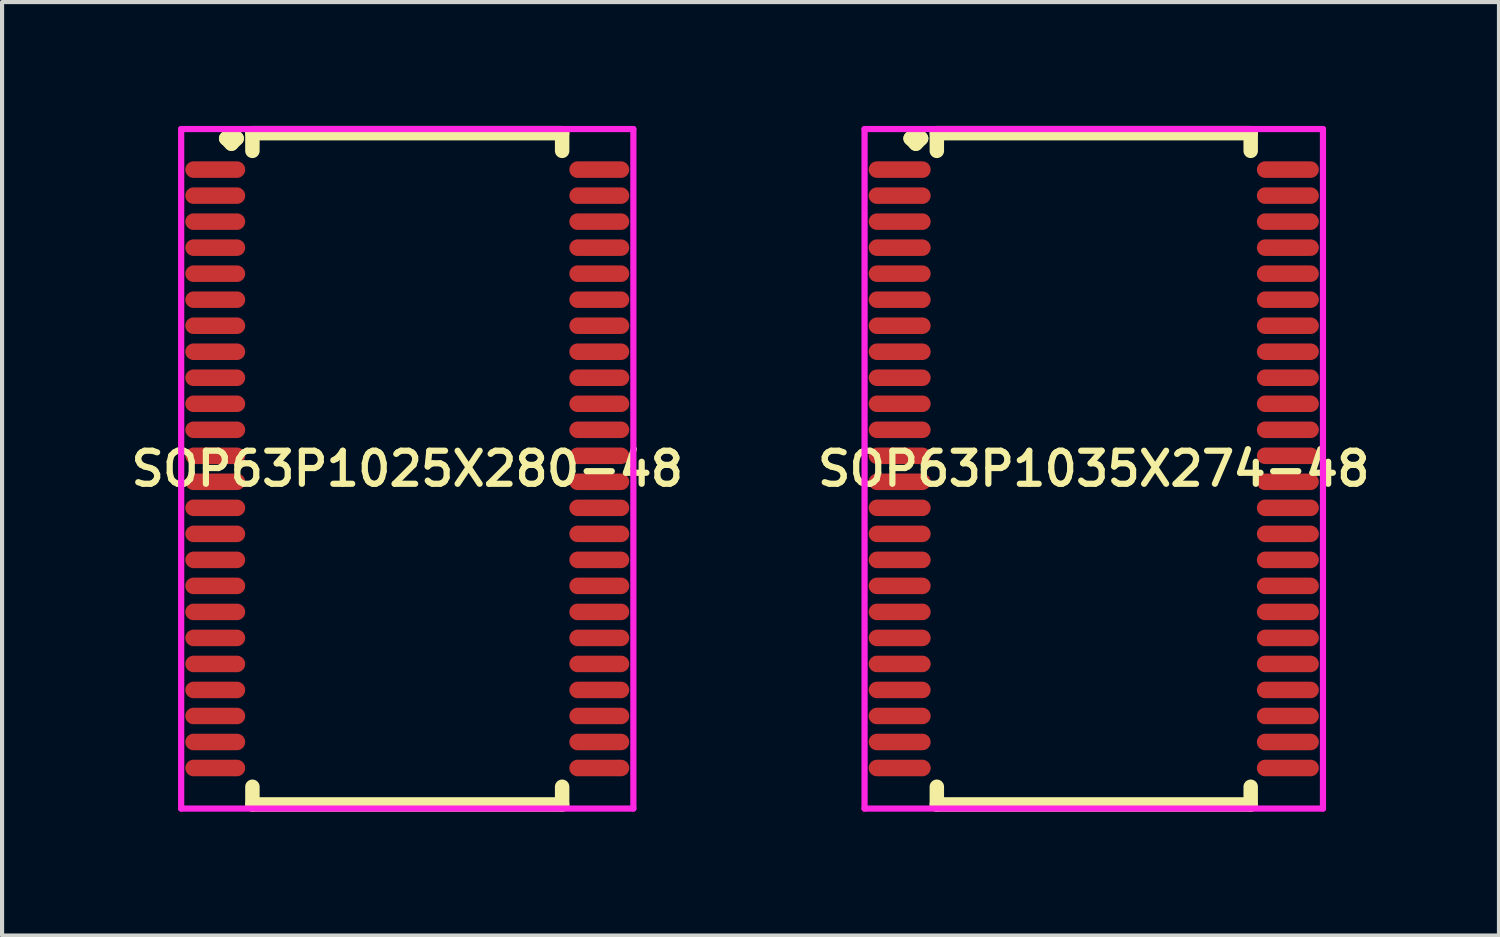
<source format=kicad_pcb>
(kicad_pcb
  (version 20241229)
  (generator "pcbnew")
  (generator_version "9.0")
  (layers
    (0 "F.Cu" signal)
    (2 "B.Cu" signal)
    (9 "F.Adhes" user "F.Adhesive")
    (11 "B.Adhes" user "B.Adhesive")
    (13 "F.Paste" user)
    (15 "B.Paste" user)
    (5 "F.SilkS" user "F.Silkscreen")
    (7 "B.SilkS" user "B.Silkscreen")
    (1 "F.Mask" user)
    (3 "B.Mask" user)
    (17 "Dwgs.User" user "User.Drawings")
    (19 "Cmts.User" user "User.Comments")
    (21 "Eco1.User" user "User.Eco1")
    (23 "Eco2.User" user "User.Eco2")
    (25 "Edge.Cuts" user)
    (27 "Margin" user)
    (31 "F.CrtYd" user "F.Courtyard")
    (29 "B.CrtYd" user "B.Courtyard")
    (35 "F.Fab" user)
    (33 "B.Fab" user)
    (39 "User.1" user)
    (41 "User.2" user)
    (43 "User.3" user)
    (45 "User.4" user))
  (footprint "SOP63P1035X274-48"
    (layer "F.Cu")
    (at 23.435 8.302)
    (property "Reference" "SOP63P1035X274-48" (at 0 0 0) (layer "F.SilkS") (effects (font (size 0.8 0.8) (thickness 0.15))))
    (attr smd)
    (fp_line (start -4.435 -8) (end -4.308 -8.127) (stroke (width 0.35) (type solid)) (layer "F.SilkS"))
    (fp_line (start -4.308 -8.127) (end -4.181 -8) (stroke (width 0.35) (type solid)) (layer "F.SilkS"))
    (fp_line (start -4.308 -7.873) (end -4.435 -8) (stroke (width 0.35) (type solid)) (layer "F.SilkS"))
    (fp_line (start -4.181 -8) (end -4.308 -7.873) (stroke (width 0.35) (type solid)) (layer "F.SilkS"))
    (fp_line (start -3.8 -8.127) (end 3.8 -8.127) (stroke (width 0.35) (type solid)) (layer "F.SilkS"))
    (fp_line (start -3.8 -7.699) (end -3.8 -8.127) (stroke (width 0.35) (type solid)) (layer "F.SilkS"))
    (fp_line (start -3.8 7.699) (end -3.8 8.127) (stroke (width 0.35) (type solid)) (layer "F.SilkS"))
    (fp_line (start -3.8 8.127) (end 3.8 8.127) (stroke (width 0.35) (type solid)) (layer "F.SilkS"))
    (fp_line (start 3.8 -8.127) (end 3.8 -7.699) (stroke (width 0.35) (type solid)) (layer "F.SilkS"))
    (fp_line (start 3.8 8.127) (end 3.8 7.699) (stroke (width 0.35) (type solid)) (layer "F.SilkS"))
    (fp_line (start -5.55 -8.227) (end 5.55 -8.227) (stroke (width 0.15) (type solid)) (layer "F.CrtYd"))
    (fp_line (start -5.55 8.227) (end -5.55 -8.227) (stroke (width 0.15) (type solid)) (layer "F.CrtYd"))
    (fp_line (start 5.55 -8.227) (end 5.55 8.227) (stroke (width 0.15) (type solid)) (layer "F.CrtYd"))
    (fp_line (start 5.55 8.227) (end -5.55 8.227) (stroke (width 0.15) (type solid)) (layer "F.CrtYd"))
    (pad "1" smd oval (at -4.7 -7.245) (size 1.5 0.4) (layers "F.Cu" "F.Mask" "F.Paste"))
    (pad "2" smd oval (at -4.7 -6.615) (size 1.5 0.4) (layers "F.Cu" "F.Mask" "F.Paste"))
    (pad "3" smd oval (at -4.7 -5.985) (size 1.5 0.4) (layers "F.Cu" "F.Mask" "F.Paste"))
    (pad "4" smd oval (at -4.7 -5.355) (size 1.5 0.4) (layers "F.Cu" "F.Mask" "F.Paste"))
    (pad "5" smd oval (at -4.7 -4.725) (size 1.5 0.4) (layers "F.Cu" "F.Mask" "F.Paste"))
    (pad "6" smd oval (at -4.7 -4.095) (size 1.5 0.4) (layers "F.Cu" "F.Mask" "F.Paste"))
    (pad "7" smd oval (at -4.7 -3.465) (size 1.5 0.4) (layers "F.Cu" "F.Mask" "F.Paste"))
    (pad "8" smd oval (at -4.7 -2.835) (size 1.5 0.4) (layers "F.Cu" "F.Mask" "F.Paste"))
    (pad "9" smd oval (at -4.7 -2.205) (size 1.5 0.4) (layers "F.Cu" "F.Mask" "F.Paste"))
    (pad "10" smd oval (at -4.7 -1.575) (size 1.5 0.4) (layers "F.Cu" "F.Mask" "F.Paste"))
    (pad "11" smd oval (at -4.7 -0.945) (size 1.5 0.4) (layers "F.Cu" "F.Mask" "F.Paste"))
    (pad "12" smd oval (at -4.7 -0.315) (size 1.5 0.4) (layers "F.Cu" "F.Mask" "F.Paste"))
    (pad "13" smd oval (at -4.7 0.315) (size 1.5 0.4) (layers "F.Cu" "F.Mask" "F.Paste"))
    (pad "14" smd oval (at -4.7 0.945) (size 1.5 0.4) (layers "F.Cu" "F.Mask" "F.Paste"))
    (pad "15" smd oval (at -4.7 1.575) (size 1.5 0.4) (layers "F.Cu" "F.Mask" "F.Paste"))
    (pad "16" smd oval (at -4.7 2.205) (size 1.5 0.4) (layers "F.Cu" "F.Mask" "F.Paste"))
    (pad "17" smd oval (at -4.7 2.835) (size 1.5 0.4) (layers "F.Cu" "F.Mask" "F.Paste"))
    (pad "18" smd oval (at -4.7 3.465) (size 1.5 0.4) (layers "F.Cu" "F.Mask" "F.Paste"))
    (pad "19" smd oval (at -4.7 4.095) (size 1.5 0.4) (layers "F.Cu" "F.Mask" "F.Paste"))
    (pad "20" smd oval (at -4.7 4.725) (size 1.5 0.4) (layers "F.Cu" "F.Mask" "F.Paste"))
    (pad "21" smd oval (at -4.7 5.355) (size 1.5 0.4) (layers "F.Cu" "F.Mask" "F.Paste"))
    (pad "22" smd oval (at -4.7 5.985) (size 1.5 0.4) (layers "F.Cu" "F.Mask" "F.Paste"))
    (pad "23" smd oval (at -4.7 6.615) (size 1.5 0.4) (layers "F.Cu" "F.Mask" "F.Paste"))
    (pad "24" smd oval (at -4.7 7.245) (size 1.5 0.4) (layers "F.Cu" "F.Mask" "F.Paste"))
    (pad "25" smd oval (at 4.7 7.245) (size 1.5 0.4) (layers "F.Cu" "F.Mask" "F.Paste"))
    (pad "26" smd oval (at 4.7 6.615) (size 1.5 0.4) (layers "F.Cu" "F.Mask" "F.Paste"))
    (pad "27" smd oval (at 4.7 5.985) (size 1.5 0.4) (layers "F.Cu" "F.Mask" "F.Paste"))
    (pad "28" smd oval (at 4.7 5.355) (size 1.5 0.4) (layers "F.Cu" "F.Mask" "F.Paste"))
    (pad "29" smd oval (at 4.7 4.725) (size 1.5 0.4) (layers "F.Cu" "F.Mask" "F.Paste"))
    (pad "30" smd oval (at 4.7 4.095) (size 1.5 0.4) (layers "F.Cu" "F.Mask" "F.Paste"))
    (pad "31" smd oval (at 4.7 3.465) (size 1.5 0.4) (layers "F.Cu" "F.Mask" "F.Paste"))
    (pad "32" smd oval (at 4.7 2.835) (size 1.5 0.4) (layers "F.Cu" "F.Mask" "F.Paste"))
    (pad "33" smd oval (at 4.7 2.205) (size 1.5 0.4) (layers "F.Cu" "F.Mask" "F.Paste"))
    (pad "34" smd oval (at 4.7 1.575) (size 1.5 0.4) (layers "F.Cu" "F.Mask" "F.Paste"))
    (pad "35" smd oval (at 4.7 0.945) (size 1.5 0.4) (layers "F.Cu" "F.Mask" "F.Paste"))
    (pad "36" smd oval (at 4.7 0.315) (size 1.5 0.4) (layers "F.Cu" "F.Mask" "F.Paste"))
    (pad "37" smd oval (at 4.7 -0.315) (size 1.5 0.4) (layers "F.Cu" "F.Mask" "F.Paste"))
    (pad "38" smd oval (at 4.7 -0.945) (size 1.5 0.4) (layers "F.Cu" "F.Mask" "F.Paste"))
    (pad "39" smd oval (at 4.7 -1.575) (size 1.5 0.4) (layers "F.Cu" "F.Mask" "F.Paste"))
    (pad "40" smd oval (at 4.7 -2.205) (size 1.5 0.4) (layers "F.Cu" "F.Mask" "F.Paste"))
    (pad "41" smd oval (at 4.7 -2.835) (size 1.5 0.4) (layers "F.Cu" "F.Mask" "F.Paste"))
    (pad "42" smd oval (at 4.7 -3.465) (size 1.5 0.4) (layers "F.Cu" "F.Mask" "F.Paste"))
    (pad "43" smd oval (at 4.7 -4.095) (size 1.5 0.4) (layers "F.Cu" "F.Mask" "F.Paste"))
    (pad "44" smd oval (at 4.7 -4.725) (size 1.5 0.4) (layers "F.Cu" "F.Mask" "F.Paste"))
    (pad "45" smd oval (at 4.7 -5.355) (size 1.5 0.4) (layers "F.Cu" "F.Mask" "F.Paste"))
    (pad "46" smd oval (at 4.7 -5.985) (size 1.5 0.4) (layers "F.Cu" "F.Mask" "F.Paste"))
    (pad "47" smd oval (at 4.7 -6.615) (size 1.5 0.4) (layers "F.Cu" "F.Mask" "F.Paste"))
    (pad "48" smd oval (at 4.7 -7.245) (size 1.5 0.4) (layers "F.Cu" "F.Mask" "F.Paste")))
  (footprint "SOP63P1025X280-48"
    (layer "F.Cu")
    (at 6.812 8.302)
    (property "Reference" "SOP63P1025X280-48" (at 0 0 0) (layer "F.SilkS") (effects (font (size 0.8 0.8) (thickness 0.15))))
    (attr smd)
    (fp_line (start -4.385 -8) (end -4.258 -8.127) (stroke (width 0.35) (type solid)) (layer "F.SilkS"))
    (fp_line (start -4.258 -8.127) (end -4.131 -8) (stroke (width 0.35) (type solid)) (layer "F.SilkS"))
    (fp_line (start -4.258 -7.873) (end -4.385 -8) (stroke (width 0.35) (type solid)) (layer "F.SilkS"))
    (fp_line (start -4.131 -8) (end -4.258 -7.873) (stroke (width 0.35) (type solid)) (layer "F.SilkS"))
    (fp_line (start -3.75 -8.127) (end 3.75 -8.127) (stroke (width 0.35) (type solid)) (layer "F.SilkS"))
    (fp_line (start -3.75 -7.699) (end -3.75 -8.127) (stroke (width 0.35) (type solid)) (layer "F.SilkS"))
    (fp_line (start -3.75 7.699) (end -3.75 8.127) (stroke (width 0.35) (type solid)) (layer "F.SilkS"))
    (fp_line (start -3.75 8.127) (end 3.75 8.127) (stroke (width 0.35) (type solid)) (layer "F.SilkS"))
    (fp_line (start 3.75 -8.127) (end 3.75 -7.699) (stroke (width 0.35) (type solid)) (layer "F.SilkS"))
    (fp_line (start 3.75 8.127) (end 3.75 7.699) (stroke (width 0.35) (type solid)) (layer "F.SilkS"))
    (fp_line (start -5.475 -8.227) (end 5.475 -8.227) (stroke (width 0.15) (type solid)) (layer "F.CrtYd"))
    (fp_line (start -5.475 8.227) (end -5.475 -8.227) (stroke (width 0.15) (type solid)) (layer "F.CrtYd"))
    (fp_line (start 5.475 -8.227) (end 5.475 8.227) (stroke (width 0.15) (type solid)) (layer "F.CrtYd"))
    (fp_line (start 5.475 8.227) (end -5.475 8.227) (stroke (width 0.15) (type solid)) (layer "F.CrtYd"))
    (pad "1" smd oval (at -4.65 -7.245) (size 1.45 0.4) (layers "F.Cu" "F.Mask" "F.Paste"))
    (pad "2" smd oval (at -4.65 -6.615) (size 1.45 0.4) (layers "F.Cu" "F.Mask" "F.Paste"))
    (pad "3" smd oval (at -4.65 -5.985) (size 1.45 0.4) (layers "F.Cu" "F.Mask" "F.Paste"))
    (pad "4" smd oval (at -4.65 -5.355) (size 1.45 0.4) (layers "F.Cu" "F.Mask" "F.Paste"))
    (pad "5" smd oval (at -4.65 -4.725) (size 1.45 0.4) (layers "F.Cu" "F.Mask" "F.Paste"))
    (pad "6" smd oval (at -4.65 -4.095) (size 1.45 0.4) (layers "F.Cu" "F.Mask" "F.Paste"))
    (pad "7" smd oval (at -4.65 -3.465) (size 1.45 0.4) (layers "F.Cu" "F.Mask" "F.Paste"))
    (pad "8" smd oval (at -4.65 -2.835) (size 1.45 0.4) (layers "F.Cu" "F.Mask" "F.Paste"))
    (pad "9" smd oval (at -4.65 -2.205) (size 1.45 0.4) (layers "F.Cu" "F.Mask" "F.Paste"))
    (pad "10" smd oval (at -4.65 -1.575) (size 1.45 0.4) (layers "F.Cu" "F.Mask" "F.Paste"))
    (pad "11" smd oval (at -4.65 -0.945) (size 1.45 0.4) (layers "F.Cu" "F.Mask" "F.Paste"))
    (pad "12" smd oval (at -4.65 -0.315) (size 1.45 0.4) (layers "F.Cu" "F.Mask" "F.Paste"))
    (pad "13" smd oval (at -4.65 0.315) (size 1.45 0.4) (layers "F.Cu" "F.Mask" "F.Paste"))
    (pad "14" smd oval (at -4.65 0.945) (size 1.45 0.4) (layers "F.Cu" "F.Mask" "F.Paste"))
    (pad "15" smd oval (at -4.65 1.575) (size 1.45 0.4) (layers "F.Cu" "F.Mask" "F.Paste"))
    (pad "16" smd oval (at -4.65 2.205) (size 1.45 0.4) (layers "F.Cu" "F.Mask" "F.Paste"))
    (pad "17" smd oval (at -4.65 2.835) (size 1.45 0.4) (layers "F.Cu" "F.Mask" "F.Paste"))
    (pad "18" smd oval (at -4.65 3.465) (size 1.45 0.4) (layers "F.Cu" "F.Mask" "F.Paste"))
    (pad "19" smd oval (at -4.65 4.095) (size 1.45 0.4) (layers "F.Cu" "F.Mask" "F.Paste"))
    (pad "20" smd oval (at -4.65 4.725) (size 1.45 0.4) (layers "F.Cu" "F.Mask" "F.Paste"))
    (pad "21" smd oval (at -4.65 5.355) (size 1.45 0.4) (layers "F.Cu" "F.Mask" "F.Paste"))
    (pad "22" smd oval (at -4.65 5.985) (size 1.45 0.4) (layers "F.Cu" "F.Mask" "F.Paste"))
    (pad "23" smd oval (at -4.65 6.615) (size 1.45 0.4) (layers "F.Cu" "F.Mask" "F.Paste"))
    (pad "24" smd oval (at -4.65 7.245) (size 1.45 0.4) (layers "F.Cu" "F.Mask" "F.Paste"))
    (pad "25" smd oval (at 4.65 7.245) (size 1.45 0.4) (layers "F.Cu" "F.Mask" "F.Paste"))
    (pad "26" smd oval (at 4.65 6.615) (size 1.45 0.4) (layers "F.Cu" "F.Mask" "F.Paste"))
    (pad "27" smd oval (at 4.65 5.985) (size 1.45 0.4) (layers "F.Cu" "F.Mask" "F.Paste"))
    (pad "28" smd oval (at 4.65 5.355) (size 1.45 0.4) (layers "F.Cu" "F.Mask" "F.Paste"))
    (pad "29" smd oval (at 4.65 4.725) (size 1.45 0.4) (layers "F.Cu" "F.Mask" "F.Paste"))
    (pad "30" smd oval (at 4.65 4.095) (size 1.45 0.4) (layers "F.Cu" "F.Mask" "F.Paste"))
    (pad "31" smd oval (at 4.65 3.465) (size 1.45 0.4) (layers "F.Cu" "F.Mask" "F.Paste"))
    (pad "32" smd oval (at 4.65 2.835) (size 1.45 0.4) (layers "F.Cu" "F.Mask" "F.Paste"))
    (pad "33" smd oval (at 4.65 2.205) (size 1.45 0.4) (layers "F.Cu" "F.Mask" "F.Paste"))
    (pad "34" smd oval (at 4.65 1.575) (size 1.45 0.4) (layers "F.Cu" "F.Mask" "F.Paste"))
    (pad "35" smd oval (at 4.65 0.945) (size 1.45 0.4) (layers "F.Cu" "F.Mask" "F.Paste"))
    (pad "36" smd oval (at 4.65 0.315) (size 1.45 0.4) (layers "F.Cu" "F.Mask" "F.Paste"))
    (pad "37" smd oval (at 4.65 -0.315) (size 1.45 0.4) (layers "F.Cu" "F.Mask" "F.Paste"))
    (pad "38" smd oval (at 4.65 -0.945) (size 1.45 0.4) (layers "F.Cu" "F.Mask" "F.Paste"))
    (pad "39" smd oval (at 4.65 -1.575) (size 1.45 0.4) (layers "F.Cu" "F.Mask" "F.Paste"))
    (pad "40" smd oval (at 4.65 -2.205) (size 1.45 0.4) (layers "F.Cu" "F.Mask" "F.Paste"))
    (pad "41" smd oval (at 4.65 -2.835) (size 1.45 0.4) (layers "F.Cu" "F.Mask" "F.Paste"))
    (pad "42" smd oval (at 4.65 -3.465) (size 1.45 0.4) (layers "F.Cu" "F.Mask" "F.Paste"))
    (pad "43" smd oval (at 4.65 -4.095) (size 1.45 0.4) (layers "F.Cu" "F.Mask" "F.Paste"))
    (pad "44" smd oval (at 4.65 -4.725) (size 1.45 0.4) (layers "F.Cu" "F.Mask" "F.Paste"))
    (pad "45" smd oval (at 4.65 -5.355) (size 1.45 0.4) (layers "F.Cu" "F.Mask" "F.Paste"))
    (pad "46" smd oval (at 4.65 -5.985) (size 1.45 0.4) (layers "F.Cu" "F.Mask" "F.Paste"))
    (pad "47" smd oval (at 4.65 -6.615) (size 1.45 0.4) (layers "F.Cu" "F.Mask" "F.Paste"))
    (pad "48" smd oval (at 4.65 -7.245) (size 1.45 0.4) (layers "F.Cu" "F.Mask" "F.Paste")))
  (gr_rect
    (start -3 -3)
    (end 33.247 19.604)
    (stroke (width 0.1) (type default))
    (fill no)
    (layer "Edge.Cuts")))
</source>
